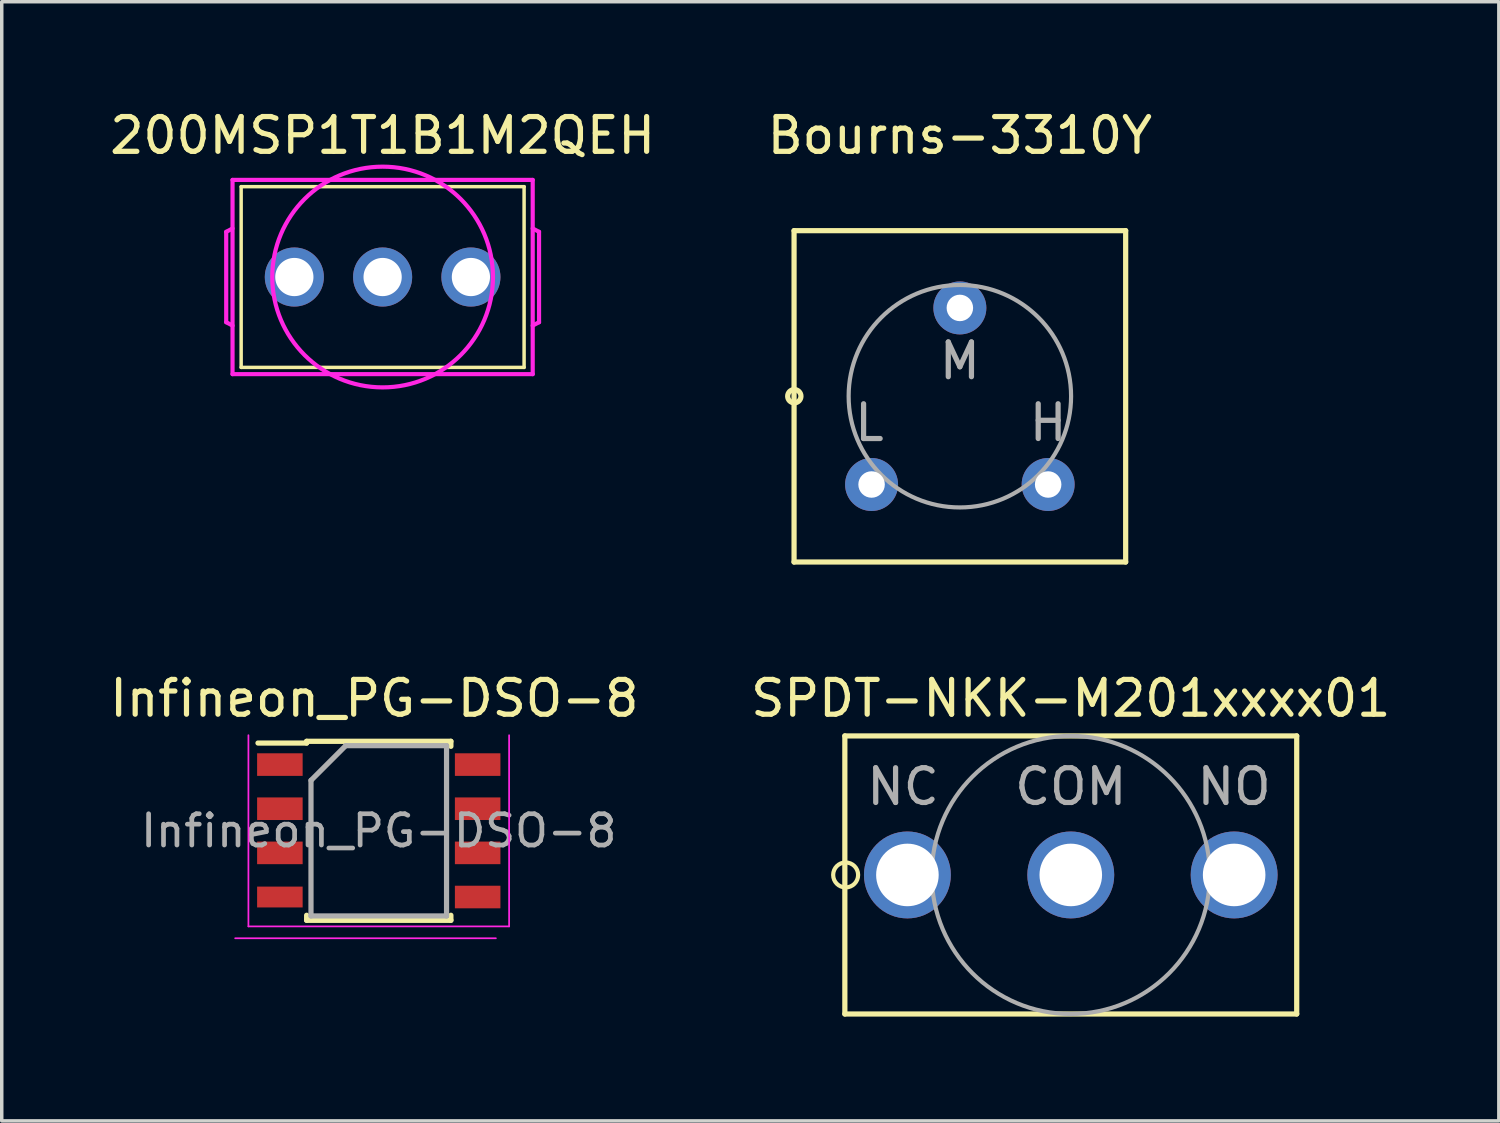
<source format=kicad_pcb>
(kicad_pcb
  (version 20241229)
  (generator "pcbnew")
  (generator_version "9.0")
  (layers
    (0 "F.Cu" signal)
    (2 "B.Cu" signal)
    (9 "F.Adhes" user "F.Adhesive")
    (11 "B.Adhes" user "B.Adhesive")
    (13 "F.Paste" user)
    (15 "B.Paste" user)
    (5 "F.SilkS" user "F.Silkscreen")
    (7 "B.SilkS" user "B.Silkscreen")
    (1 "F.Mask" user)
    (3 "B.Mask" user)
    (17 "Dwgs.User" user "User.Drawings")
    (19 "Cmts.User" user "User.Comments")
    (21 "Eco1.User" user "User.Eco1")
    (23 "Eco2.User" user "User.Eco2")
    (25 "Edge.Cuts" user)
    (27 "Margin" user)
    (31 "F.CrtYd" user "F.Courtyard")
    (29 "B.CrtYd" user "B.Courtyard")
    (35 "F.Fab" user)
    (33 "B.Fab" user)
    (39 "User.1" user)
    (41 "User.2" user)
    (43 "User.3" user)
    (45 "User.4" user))
  (footprint "Infineon_PG-DSO-8"
    (layer "F.Cu")
    (at 7.72 20.471)
    (property "Reference" "Infineon_PG-DSO-8" (at 0 -3.429 0) (layer "F.SilkS") (effects (font (size 1 1) (thickness 0.15))))
    (attr through_hole)
    (fp_line (start -1.948 -2.194) (end -1.948 -2.144) (stroke (width 0.15) (type solid)) (layer "F.SilkS"))
    (fp_line (start -1.948 -2.194) (end 2.202 -2.194) (stroke (width 0.15) (type solid)) (layer "F.SilkS"))
    (fp_line (start -1.948 -2.144) (end -3.348 -2.144) (stroke (width 0.15) (type solid)) (layer "F.SilkS"))
    (fp_line (start -1.948 2.956) (end -1.948 2.811) (stroke (width 0.15) (type solid)) (layer "F.SilkS"))
    (fp_line (start -1.948 2.956) (end 2.202 2.956) (stroke (width 0.15) (type solid)) (layer "F.SilkS"))
    (fp_line (start 2.202 -2.194) (end 2.202 -2.049) (stroke (width 0.15) (type solid)) (layer "F.SilkS"))
    (fp_line (start 2.202 2.956) (end 2.202 2.811) (stroke (width 0.15) (type solid)) (layer "F.SilkS"))
    (fp_line (start -4.004 3.473) (end 3.496 3.473) (stroke (width 0.05) (type solid)) (layer "F.CrtYd"))
    (fp_line (start -3.623 -2.369) (end -3.623 3.131) (stroke (width 0.05) (type solid)) (layer "F.CrtYd"))
    (fp_line (start -3.623 3.131) (end 3.877 3.131) (stroke (width 0.05) (type solid)) (layer "F.CrtYd"))
    (fp_line (start 3.877 -2.369) (end 3.877 3.131) (stroke (width 0.05) (type solid)) (layer "F.CrtYd"))
    (fp_line (start -1.823 -1.069) (end -0.823 -2.069) (stroke (width 0.15) (type solid)) (layer "F.Fab"))
    (fp_line (start -1.823 2.831) (end -1.823 -1.069) (stroke (width 0.15) (type solid)) (layer "F.Fab"))
    (fp_line (start -0.823 -2.069) (end 2.077 -2.069) (stroke (width 0.15) (type solid)) (layer "F.Fab"))
    (fp_line (start 2.077 -2.069) (end 2.077 2.831) (stroke (width 0.15) (type solid)) (layer "F.Fab"))
    (fp_line (start 2.077 2.831) (end -1.823 2.831) (stroke (width 0.15) (type solid)) (layer "F.Fab"))
    (fp_text user "${REFERENCE}" (at 0.127 0.381 0) (layer "F.Fab") (effects (font (size 0.9 0.9) (thickness 0.135))))
    (pad "1" smd rect (at -2.718 -1.524) (size 1.31 0.65) (layers "F.Cu" "F.Mask" "F.Paste"))
    (pad "2" smd rect (at -2.718 -0.254) (size 1.31 0.65) (layers "F.Cu" "F.Mask" "F.Paste"))
    (pad "3" smd rect (at -2.718 1.016) (size 1.31 0.65) (layers "F.Cu" "F.Mask" "F.Paste"))
    (pad "4" smd rect (at -2.718 2.286) (size 1.31 0.6) (layers "F.Cu" "F.Mask" "F.Paste"))
    (pad "5" smd rect (at 2.972 2.286) (size 1.31 0.65) (layers "F.Cu" "F.Mask" "F.Paste"))
    (pad "6" smd rect (at 2.972 1.016) (size 1.31 0.65) (layers "F.Cu" "F.Mask" "F.Paste"))
    (pad "7" smd rect (at 2.972 -0.254) (size 1.31 0.65) (layers "F.Cu" "F.Mask" "F.Paste"))
    (pad "8" smd rect (at 2.972 -1.524) (size 1.31 0.65) (layers "F.Cu" "F.Mask" "F.Paste")))
  (footprint "Bourns-3310Y"
    (layer "F.Cu")
    (at 24.565 8.349)
    (property "Reference" "Bourns-3310Y" (at 0 -7.501 0) (layer "F.SilkS") (effects (font (size 1 1) (thickness 0.15))))
    (attr through_hole)
    (fp_line (start -4.77 -4.763) (end -4.77 4.77) (stroke (width 0.15) (type solid)) (layer "F.SilkS"))
    (fp_line (start -4.77 -4.763) (end 4.77 -4.763) (stroke (width 0.15) (type solid)) (layer "F.SilkS"))
    (fp_line (start -4.77 4.77) (end 4.77 4.77) (stroke (width 0.15) (type solid)) (layer "F.SilkS"))
    (fp_line (start 4.77 4.77) (end 4.77 -4.763) (stroke (width 0.15) (type solid)) (layer "F.SilkS"))
    (fp_circle (center -4.763 0) (end -4.763 0.191) (stroke (width 0.15) (type solid)) (fill no) (layer "F.SilkS"))
    (fp_circle (center 0 0) (end 3.2 0) (stroke (width 0.12) (type solid)) (fill no) (layer "F.Fab"))
    (fp_text user "H" (at 2.54 0.762 0) (layer "F.Fab") (effects (font (size 1 1) (thickness 0.15))))
    (fp_text user "M" (at 0 -1.016 0) (layer "F.Fab") (effects (font (size 1 1) (thickness 0.15))))
    (fp_text user "L" (at -2.603 0.762 0) (layer "F.Fab") (effects (font (size 1 1) (thickness 0.15))))
    (pad "1" thru_hole circle (at -2.54 2.54) (size 1.524 1.524) (drill 0.762) (layers "*.Cu" "*.Mask"))
    (pad "2" thru_hole circle (at 0 -2.54) (size 1.524 1.524) (drill 0.762) (layers "*.Cu" "*.Mask"))
    (pad "3" thru_hole circle (at 2.54 2.54) (size 1.524 1.524) (drill 0.762) (layers "*.Cu" "*.Mask")))
  (footprint "SPDT-NKK-M201xxxx01"
    (layer "F.Cu")
    (at 27.756 22.122)
    (property "Reference" "SPDT-NKK-M201xxxx01" (at 0 -5.08 0) (layer "F.SilkS") (effects (font (size 1 1) (thickness 0.15))))
    (attr through_hole)
    (fp_line (start -6.5 -4) (end -6.5 4) (stroke (width 0.15) (type solid)) (layer "F.SilkS"))
    (fp_line (start -6.5 -4) (end 6.5 -4) (stroke (width 0.15) (type solid)) (layer "F.SilkS"))
    (fp_line (start -6.5 4) (end 6.5 4) (stroke (width 0.15) (type solid)) (layer "F.SilkS"))
    (fp_line (start 6.5 4) (end 6.5 -4) (stroke (width 0.15) (type solid)) (layer "F.SilkS"))
    (fp_circle (center -6.477 0) (end -6.118 0) (stroke (width 0.12) (type solid)) (fill no) (layer "F.SilkS"))
    (fp_circle (center 0 0) (end 4 0) (stroke (width 0.12) (type solid)) (fill no) (layer "F.Fab"))
    (fp_text user "NC" (at -4.826 -2.54 0) (layer "F.Fab") (effects (font (size 1 1) (thickness 0.15))))
    (fp_text user "NO" (at 4.699 -2.54 0) (layer "F.Fab") (effects (font (size 1 1) (thickness 0.15))))
    (fp_text user "COM" (at 0 -2.54 0) (layer "F.Fab") (effects (font (size 1 1) (thickness 0.15))))
    (pad "1" thru_hole circle (at -4.7 0) (size 2.5 2.5) (drill 1.8) (layers "*.Cu" "*.Mask"))
    (pad "2" thru_hole circle (at 0 0) (size 2.5 2.5) (drill 1.8) (layers "*.Cu" "*.Mask"))
    (pad "3" thru_hole circle (at 4.7 0) (size 2.5 2.5) (drill 1.8) (layers "*.Cu" "*.Mask")))
  (footprint "200MSP1T1B1M2QEH"
    (layer "F.Cu")
    (at 7.958 4.92)
    (property "Reference" "200MSP1T1B1M2QEH" (at 0 -4.072 0) (layer "F.SilkS") (effects (font (size 1 1) (thickness 0.15))))
    (attr through_hole)
    (fp_line (start -4.07 -2.6) (end -4.07 2.6) (stroke (width 0.1) (type solid)) (layer "F.SilkS"))
    (fp_line (start -4.07 2.6) (end 4.07 2.6) (stroke (width 0.1) (type solid)) (layer "F.SilkS"))
    (fp_line (start 4.07 -2.6) (end -4.07 -2.6) (stroke (width 0.1) (type solid)) (layer "F.SilkS"))
    (fp_line (start 4.07 -2.6) (end 4.07 2.6) (stroke (width 0.1) (type solid)) (layer "F.SilkS"))
    (fp_line (start -4.5 -1.3) (end -4.318 -1.397) (stroke (width 0.12) (type solid)) (layer "F.CrtYd"))
    (fp_line (start -4.5 1.3) (end -4.5 -1.3) (stroke (width 0.12) (type solid)) (layer "F.CrtYd"))
    (fp_line (start -4.5 1.3) (end -4.318 1.397) (stroke (width 0.12) (type solid)) (layer "F.CrtYd"))
    (fp_line (start -4.318 -2.794) (end -4.318 2.794) (stroke (width 0.12) (type solid)) (layer "F.CrtYd"))
    (fp_line (start -4.318 2.794) (end 4.318 2.794) (stroke (width 0.12) (type solid)) (layer "F.CrtYd"))
    (fp_line (start 4.318 -2.794) (end -4.318 -2.794) (stroke (width 0.12) (type solid)) (layer "F.CrtYd"))
    (fp_line (start 4.318 2.794) (end 4.318 -2.794) (stroke (width 0.12) (type solid)) (layer "F.CrtYd"))
    (fp_line (start 4.5 -1.3) (end 4.318 -1.397) (stroke (width 0.12) (type solid)) (layer "F.CrtYd"))
    (fp_line (start 4.5 1.3) (end 4.318 1.397) (stroke (width 0.12) (type solid)) (layer "F.CrtYd"))
    (fp_line (start 4.5 1.3) (end 4.5 -1.3) (stroke (width 0.12) (type solid)) (layer "F.CrtYd"))
    (fp_circle (center 0 0) (end 3.175 0) (stroke (width 0.12) (type solid)) (fill no) (layer "F.CrtYd"))
    (pad "1" thru_hole circle (at -2.54 0) (size 1.7 1.7) (drill 1.1) (layers "*.Cu" "*.Mask"))
    (pad "2" thru_hole circle (at 0 0) (size 1.7 1.7) (drill 1.1) (layers "*.Cu" "*.Mask"))
    (pad "3" thru_hole circle (at 2.54 0) (size 1.7 1.7) (drill 1.1) (layers "*.Cu" "*.Mask")))
  (gr_rect
    (start -3 -3)
    (end 40.071 29.198)
    (stroke (width 0.1) (type default))
    (fill no)
    (layer "Edge.Cuts")))
</source>
